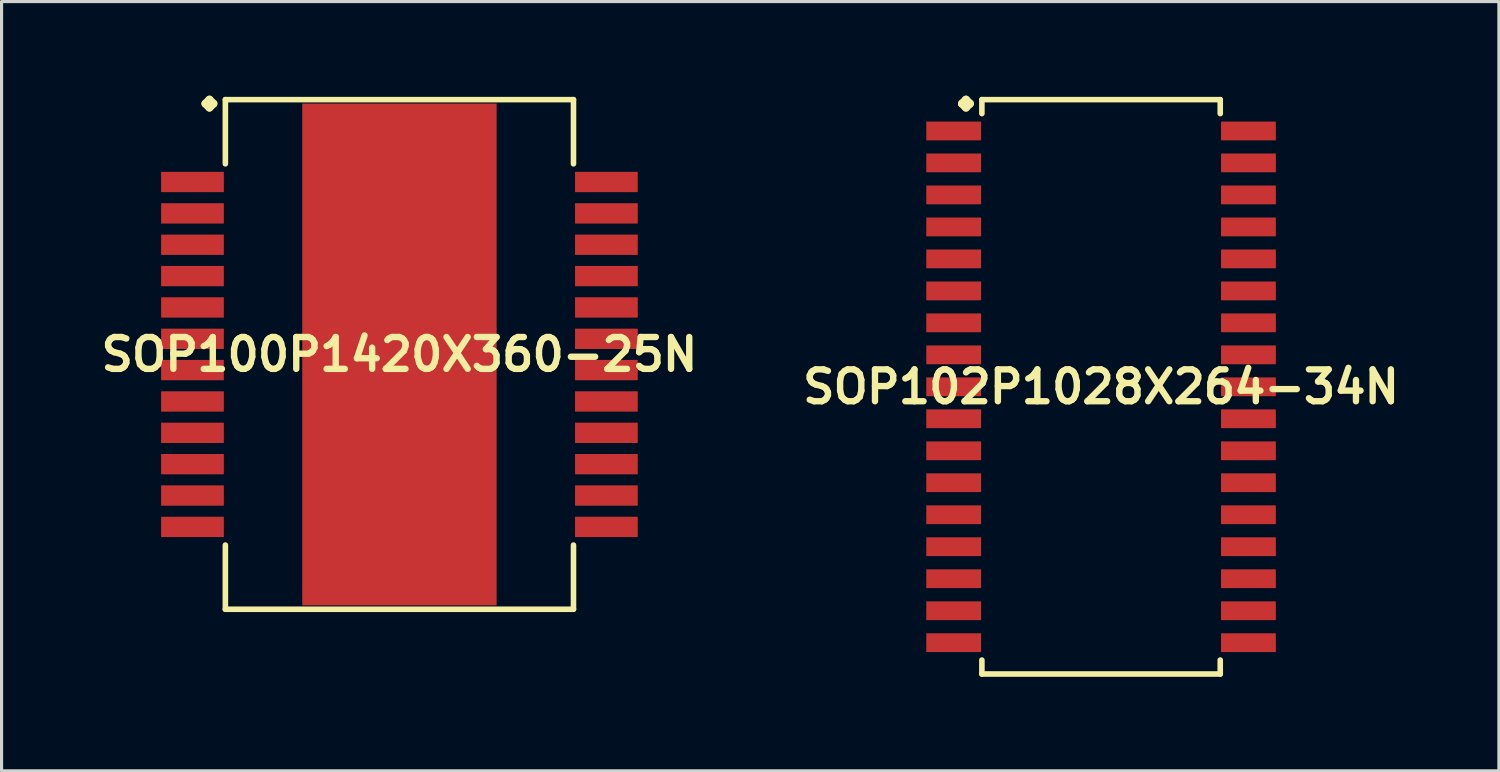
<source format=kicad_pcb>
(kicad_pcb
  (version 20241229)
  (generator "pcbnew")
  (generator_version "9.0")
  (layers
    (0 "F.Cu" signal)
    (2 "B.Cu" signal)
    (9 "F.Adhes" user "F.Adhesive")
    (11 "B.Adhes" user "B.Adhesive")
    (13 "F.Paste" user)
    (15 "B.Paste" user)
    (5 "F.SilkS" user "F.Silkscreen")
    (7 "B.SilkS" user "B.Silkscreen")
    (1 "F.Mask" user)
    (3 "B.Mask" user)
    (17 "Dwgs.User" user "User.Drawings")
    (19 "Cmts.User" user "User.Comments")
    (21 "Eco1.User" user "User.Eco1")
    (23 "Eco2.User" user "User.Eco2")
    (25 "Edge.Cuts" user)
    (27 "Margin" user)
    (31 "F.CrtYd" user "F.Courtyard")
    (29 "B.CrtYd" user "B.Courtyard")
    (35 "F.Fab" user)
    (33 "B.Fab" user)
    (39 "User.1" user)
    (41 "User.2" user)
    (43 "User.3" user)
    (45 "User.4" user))
  (footprint "SOP102P1028X264-34N"
    (layer "F.Cu")
    (at 32.058 9.284)
    (property "Reference" "SOP102P1028X264-34N" (at 0 0 0) (layer "F.SilkS") (effects (font (size 1.016 1.016) (thickness 0.203))))
    (attr smd)
    (fp_line (start -4.435 -9.03) (end -4.308 -9.157) (stroke (width 0.254) (type solid)) (layer "F.SilkS"))
    (fp_line (start -4.308 -9.157) (end -4.181 -9.03) (stroke (width 0.254) (type solid)) (layer "F.SilkS"))
    (fp_line (start -4.308 -8.903) (end -4.435 -9.03) (stroke (width 0.254) (type solid)) (layer "F.SilkS"))
    (fp_line (start -4.181 -9.03) (end -4.308 -8.903) (stroke (width 0.254) (type solid)) (layer "F.SilkS"))
    (fp_line (start -3.8 -9.157) (end 3.8 -9.157) (stroke (width 0.178) (type solid)) (layer "F.SilkS"))
    (fp_line (start -3.8 -8.712) (end -3.8 -9.157) (stroke (width 0.178) (type solid)) (layer "F.SilkS"))
    (fp_line (start -3.8 8.712) (end -3.8 9.157) (stroke (width 0.178) (type solid)) (layer "F.SilkS"))
    (fp_line (start -3.8 9.157) (end 3.8 9.157) (stroke (width 0.178) (type solid)) (layer "F.SilkS"))
    (fp_line (start 3.8 -9.157) (end 3.8 -8.712) (stroke (width 0.178) (type solid)) (layer "F.SilkS"))
    (fp_line (start 3.8 9.157) (end 3.8 8.712) (stroke (width 0.178) (type solid)) (layer "F.SilkS"))
    (pad "1" smd rect (at -4.699 -8.158) (size 1.748 0.599) (layers "F.Cu" "F.Mask" "F.Paste"))
    (pad "2" smd rect (at -4.699 -7.14) (size 1.748 0.599) (layers "F.Cu" "F.Mask" "F.Paste"))
    (pad "3" smd rect (at -4.699 -6.119) (size 1.748 0.599) (layers "F.Cu" "F.Mask" "F.Paste"))
    (pad "4" smd rect (at -4.699 -5.098) (size 1.748 0.599) (layers "F.Cu" "F.Mask" "F.Paste"))
    (pad "5" smd rect (at -4.699 -4.079) (size 1.748 0.599) (layers "F.Cu" "F.Mask" "F.Paste"))
    (pad "6" smd rect (at -4.699 -3.058) (size 1.748 0.599) (layers "F.Cu" "F.Mask" "F.Paste"))
    (pad "7" smd rect (at -4.699 -2.04) (size 1.748 0.599) (layers "F.Cu" "F.Mask" "F.Paste"))
    (pad "8" smd rect (at -4.699 -1.019) (size 1.748 0.599) (layers "F.Cu" "F.Mask" "F.Paste"))
    (pad "9" smd rect (at -4.699 0) (size 1.748 0.599) (layers "F.Cu" "F.Mask" "F.Paste"))
    (pad "10" smd rect (at -4.699 1.019) (size 1.748 0.599) (layers "F.Cu" "F.Mask" "F.Paste"))
    (pad "11" smd rect (at -4.699 2.04) (size 1.748 0.599) (layers "F.Cu" "F.Mask" "F.Paste"))
    (pad "12" smd rect (at -4.699 3.058) (size 1.748 0.599) (layers "F.Cu" "F.Mask" "F.Paste"))
    (pad "13" smd rect (at -4.699 4.079) (size 1.748 0.599) (layers "F.Cu" "F.Mask" "F.Paste"))
    (pad "14" smd rect (at -4.699 5.098) (size 1.748 0.599) (layers "F.Cu" "F.Mask" "F.Paste"))
    (pad "15" smd rect (at -4.699 6.119) (size 1.748 0.599) (layers "F.Cu" "F.Mask" "F.Paste"))
    (pad "16" smd rect (at -4.699 7.14) (size 1.748 0.599) (layers "F.Cu" "F.Mask" "F.Paste"))
    (pad "17" smd rect (at -4.699 8.158) (size 1.748 0.599) (layers "F.Cu" "F.Mask" "F.Paste"))
    (pad "18" smd rect (at 4.699 8.158) (size 1.748 0.599) (layers "F.Cu" "F.Mask" "F.Paste"))
    (pad "19" smd rect (at 4.699 7.14) (size 1.748 0.599) (layers "F.Cu" "F.Mask" "F.Paste"))
    (pad "20" smd rect (at 4.699 6.119) (size 1.748 0.599) (layers "F.Cu" "F.Mask" "F.Paste"))
    (pad "21" smd rect (at 4.699 5.098) (size 1.748 0.599) (layers "F.Cu" "F.Mask" "F.Paste"))
    (pad "22" smd rect (at 4.699 4.079) (size 1.748 0.599) (layers "F.Cu" "F.Mask" "F.Paste"))
    (pad "23" smd rect (at 4.699 3.058) (size 1.748 0.599) (layers "F.Cu" "F.Mask" "F.Paste"))
    (pad "24" smd rect (at 4.699 2.04) (size 1.748 0.599) (layers "F.Cu" "F.Mask" "F.Paste"))
    (pad "25" smd rect (at 4.699 1.019) (size 1.748 0.599) (layers "F.Cu" "F.Mask" "F.Paste"))
    (pad "26" smd rect (at 4.699 0) (size 1.748 0.599) (layers "F.Cu" "F.Mask" "F.Paste"))
    (pad "27" smd rect (at 4.699 -1.019) (size 1.748 0.599) (layers "F.Cu" "F.Mask" "F.Paste"))
    (pad "28" smd rect (at 4.699 -2.04) (size 1.748 0.599) (layers "F.Cu" "F.Mask" "F.Paste"))
    (pad "29" smd rect (at 4.699 -3.058) (size 1.748 0.599) (layers "F.Cu" "F.Mask" "F.Paste"))
    (pad "30" smd rect (at 4.699 -4.079) (size 1.748 0.599) (layers "F.Cu" "F.Mask" "F.Paste"))
    (pad "31" smd rect (at 4.699 -5.098) (size 1.748 0.599) (layers "F.Cu" "F.Mask" "F.Paste"))
    (pad "32" smd rect (at 4.699 -6.119) (size 1.748 0.599) (layers "F.Cu" "F.Mask" "F.Paste"))
    (pad "33" smd rect (at 4.699 -7.14) (size 1.748 0.599) (layers "F.Cu" "F.Mask" "F.Paste"))
    (pad "34" smd rect (at 4.699 -8.158) (size 1.748 0.599) (layers "F.Cu" "F.Mask" "F.Paste")))
  (footprint "SOP100P1420X360-25N"
    (layer "F.Cu")
    (at 9.686 8.252)
    (property "Reference" "SOP100P1420X360-25N" (at 0 0 0) (layer "F.SilkS") (effects (font (size 1.016 1.016) (thickness 0.203))))
    (attr smd)
    (fp_line (start -6.185 -7.998) (end -6.058 -8.125) (stroke (width 0.254) (type solid)) (layer "F.SilkS"))
    (fp_line (start -6.058 -8.125) (end -5.931 -7.998) (stroke (width 0.254) (type solid)) (layer "F.SilkS"))
    (fp_line (start -6.058 -7.871) (end -6.185 -7.998) (stroke (width 0.254) (type solid)) (layer "F.SilkS"))
    (fp_line (start -5.931 -7.998) (end -6.058 -7.871) (stroke (width 0.254) (type solid)) (layer "F.SilkS"))
    (fp_line (start -5.55 -8.125) (end 5.55 -8.125) (stroke (width 0.178) (type solid)) (layer "F.SilkS"))
    (fp_line (start -5.55 -6.078) (end -5.55 -8.125) (stroke (width 0.178) (type solid)) (layer "F.SilkS"))
    (fp_line (start -5.55 6.078) (end -5.55 8.125) (stroke (width 0.178) (type solid)) (layer "F.SilkS"))
    (fp_line (start -5.55 8.125) (end 5.55 8.125) (stroke (width 0.178) (type solid)) (layer "F.SilkS"))
    (fp_line (start 5.55 -8.125) (end 5.55 -6.078) (stroke (width 0.178) (type solid)) (layer "F.SilkS"))
    (fp_line (start 5.55 8.125) (end 5.55 6.078) (stroke (width 0.178) (type solid)) (layer "F.SilkS"))
    (pad "1" smd rect (at -6.599 -5.499) (size 1.999 0.648) (layers "F.Cu" "F.Mask" "F.Paste"))
    (pad "2" smd rect (at -6.599 -4.498) (size 1.999 0.648) (layers "F.Cu" "F.Mask" "F.Paste"))
    (pad "3" smd rect (at -6.599 -3.498) (size 1.999 0.648) (layers "F.Cu" "F.Mask" "F.Paste"))
    (pad "4" smd rect (at -6.599 -2.499) (size 1.999 0.648) (layers "F.Cu" "F.Mask" "F.Paste"))
    (pad "5" smd rect (at -6.599 -1.499) (size 1.999 0.648) (layers "F.Cu" "F.Mask" "F.Paste"))
    (pad "6" smd rect (at -6.599 -0.498) (size 1.999 0.648) (layers "F.Cu" "F.Mask" "F.Paste"))
    (pad "7" smd rect (at -6.599 0.498) (size 1.999 0.648) (layers "F.Cu" "F.Mask" "F.Paste"))
    (pad "8" smd rect (at -6.599 1.499) (size 1.999 0.648) (layers "F.Cu" "F.Mask" "F.Paste"))
    (pad "9" smd rect (at -6.599 2.499) (size 1.999 0.648) (layers "F.Cu" "F.Mask" "F.Paste"))
    (pad "10" smd rect (at -6.599 3.498) (size 1.999 0.648) (layers "F.Cu" "F.Mask" "F.Paste"))
    (pad "11" smd rect (at -6.599 4.498) (size 1.999 0.648) (layers "F.Cu" "F.Mask" "F.Paste"))
    (pad "12" smd rect (at -6.599 5.499) (size 1.999 0.648) (layers "F.Cu" "F.Mask" "F.Paste"))
    (pad "13" smd rect (at 6.599 5.499) (size 1.999 0.648) (layers "F.Cu" "F.Mask" "F.Paste"))
    (pad "14" smd rect (at 6.599 4.498) (size 1.999 0.648) (layers "F.Cu" "F.Mask" "F.Paste"))
    (pad "15" smd rect (at 6.599 3.498) (size 1.999 0.648) (layers "F.Cu" "F.Mask" "F.Paste"))
    (pad "16" smd rect (at 6.599 2.499) (size 1.999 0.648) (layers "F.Cu" "F.Mask" "F.Paste"))
    (pad "17" smd rect (at 6.599 1.499) (size 1.999 0.648) (layers "F.Cu" "F.Mask" "F.Paste"))
    (pad "18" smd rect (at 6.599 0.498) (size 1.999 0.648) (layers "F.Cu" "F.Mask" "F.Paste"))
    (pad "19" smd rect (at 6.599 -0.498) (size 1.999 0.648) (layers "F.Cu" "F.Mask" "F.Paste"))
    (pad "20" smd rect (at 6.599 -1.499) (size 1.999 0.648) (layers "F.Cu" "F.Mask" "F.Paste"))
    (pad "21" smd rect (at 6.599 -2.499) (size 1.999 0.648) (layers "F.Cu" "F.Mask" "F.Paste"))
    (pad "22" smd rect (at 6.599 -3.498) (size 1.999 0.648) (layers "F.Cu" "F.Mask" "F.Paste"))
    (pad "23" smd rect (at 6.599 -4.498) (size 1.999 0.648) (layers "F.Cu" "F.Mask" "F.Paste"))
    (pad "24" smd rect (at 6.599 -5.499) (size 1.999 0.648) (layers "F.Cu" "F.Mask" "F.Paste"))
    (pad "25" smd rect (at 0 0) (size 6.198 15.999) (layers "F.Cu" "F.Mask" "F.Paste")))
  (gr_rect
    (start -3 -3)
    (end 44.743 21.529)
    (stroke (width 0.1) (type default))
    (fill no)
    (layer "Edge.Cuts")))
</source>
